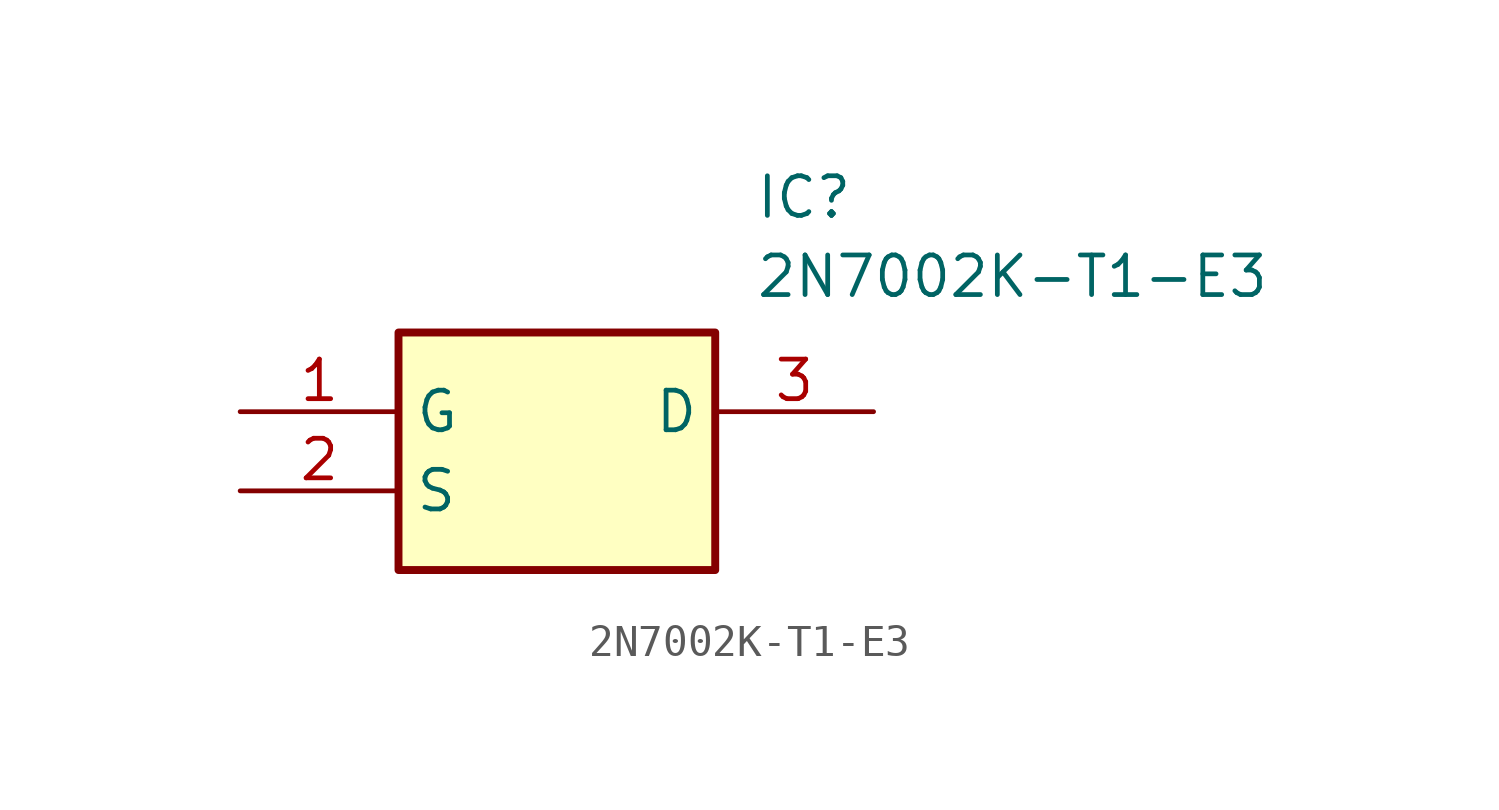
<source format=kicad_sym>
(kicad_symbol_lib
  (version 20211014)
  (generator SamacSys_ECAD_Model)
  (symbol "2N7002K-T1-E3"
    (property "Reference" "IC"
      (at 16.51 7.62 0)
      (effects (font (size 1.27 1.27)) (justify left top)))
    (property "Value" "2N7002K-T1-E3"
      (at 16.51 5.08 0)
      (effects (font (size 1.27 1.27)) (justify left top)))
    (rectangle
      (start 5.08 2.54)
      (end 15.24 -5.08)
      (stroke (width 0.254) (type default))
      (fill (type background)))
    (pin passive line
      (at 0 0 0)
      (length 5.08)
      (name "G" (effects (font (size 1.27 1.27))))
      (number "1" (effects (font (size 1.27 1.27)))))
    (pin passive line
      (at 0 -2.54 0)
      (length 5.08)
      (name "S" (effects (font (size 1.27 1.27))))
      (number "2" (effects (font (size 1.27 1.27)))))
    (pin passive line
      (at 20.32 0 180)
      (length 5.08)
      (name "D" (effects (font (size 1.27 1.27))))
      (number "3" (effects (font (size 1.27 1.27)))))))
</source>
